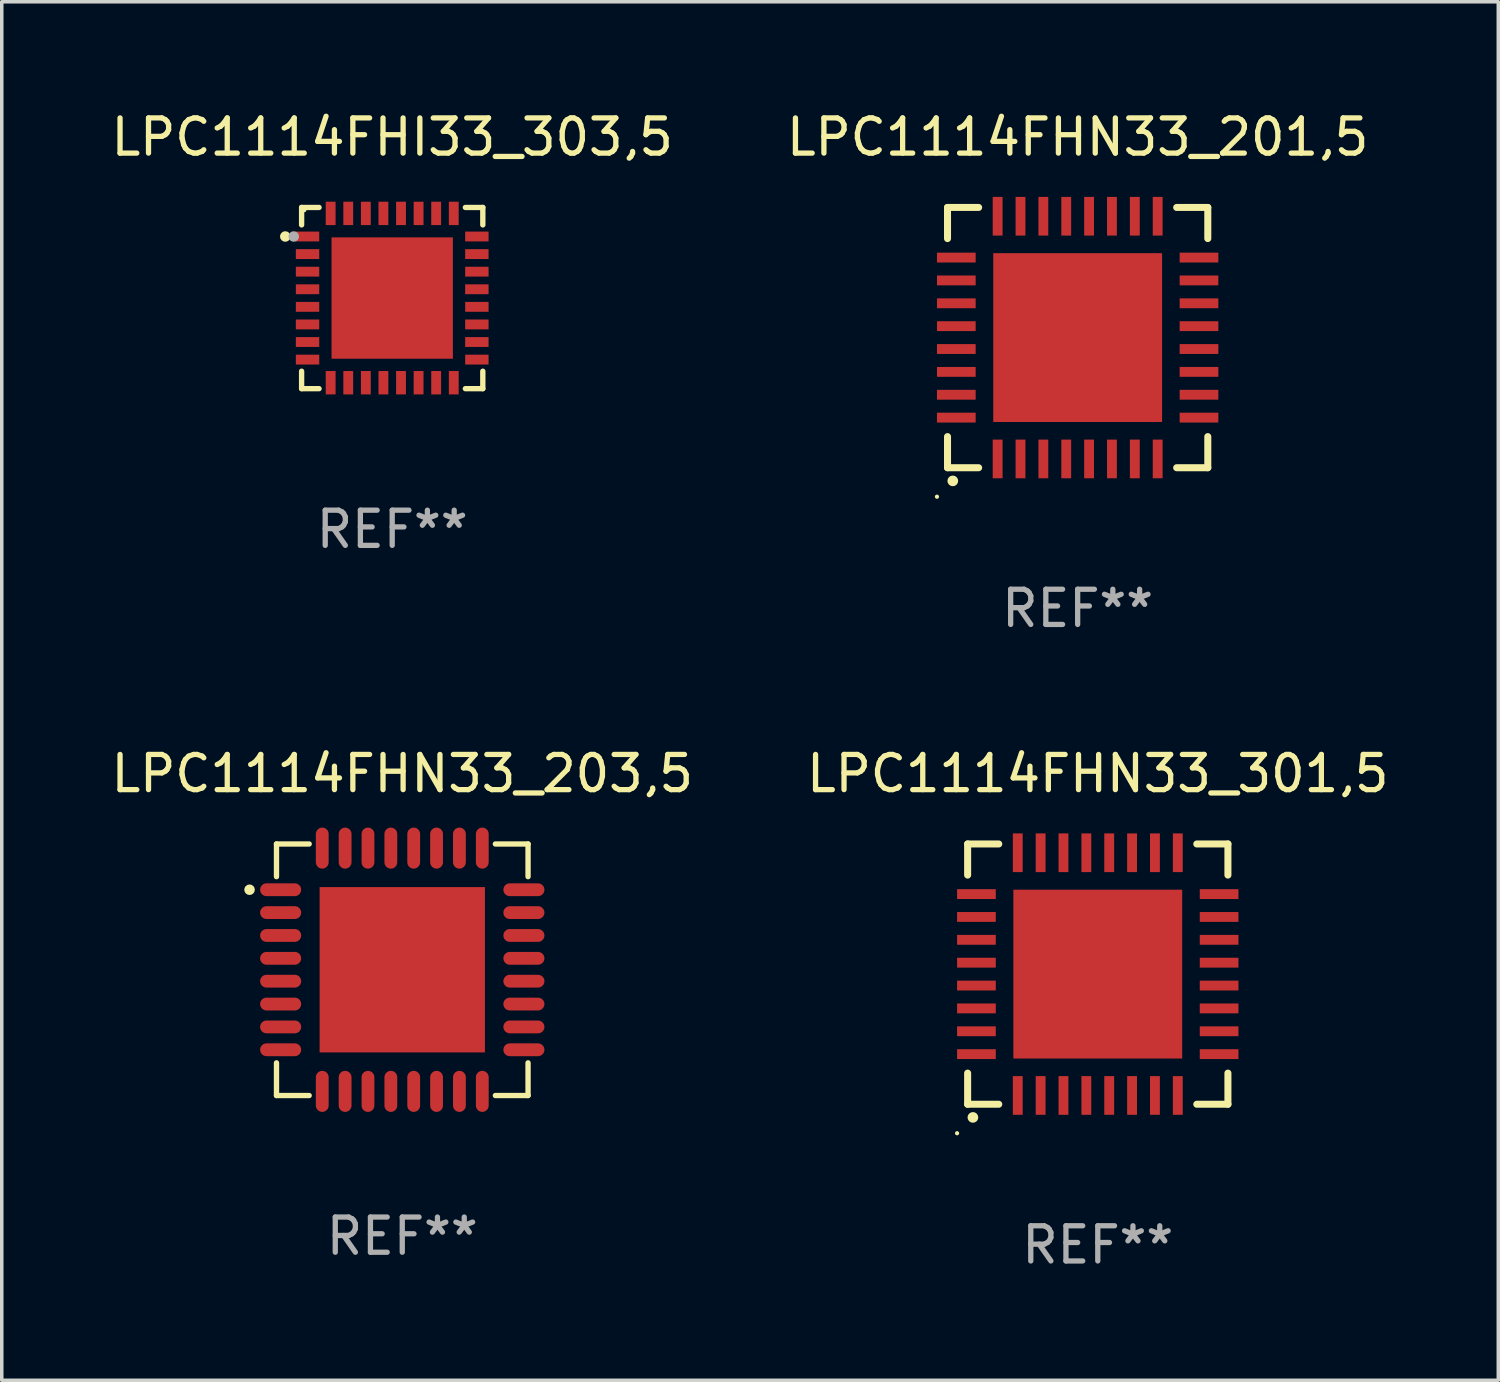
<source format=kicad_pcb>
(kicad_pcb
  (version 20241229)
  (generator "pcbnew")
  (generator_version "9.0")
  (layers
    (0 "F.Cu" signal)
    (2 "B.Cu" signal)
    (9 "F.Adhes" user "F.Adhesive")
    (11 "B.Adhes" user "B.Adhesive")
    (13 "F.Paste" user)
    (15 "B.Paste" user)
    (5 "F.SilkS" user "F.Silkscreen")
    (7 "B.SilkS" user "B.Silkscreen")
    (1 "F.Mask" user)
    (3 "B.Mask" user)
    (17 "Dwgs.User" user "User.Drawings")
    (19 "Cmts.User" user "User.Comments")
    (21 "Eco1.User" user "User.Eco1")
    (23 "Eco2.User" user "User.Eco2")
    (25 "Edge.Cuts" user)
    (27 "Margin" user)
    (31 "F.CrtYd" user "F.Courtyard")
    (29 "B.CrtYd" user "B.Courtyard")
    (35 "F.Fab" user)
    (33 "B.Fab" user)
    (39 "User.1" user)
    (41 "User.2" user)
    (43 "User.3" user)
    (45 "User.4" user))
  (footprint "LPC1114FHN33_201,5"
    (layer "F.Cu")
    (at 27.589 6.548)
    (property "Reference" "LPC1114FHN33_201,5" (at 0 -5.7 0) (layer "F.SilkS") (effects (font (size 1 1) (thickness 0.15))))
    (attr through_hole)
    (fp_line (start -3.7 -3.7) (end -2.815 -3.7) (stroke (width 0.2) (type solid)) (layer "F.SilkS"))
    (fp_line (start -3.7 -2.815) (end -3.7 -3.7) (stroke (width 0.2) (type solid)) (layer "F.SilkS"))
    (fp_line (start -3.7 3.7) (end -3.7 2.815) (stroke (width 0.2) (type solid)) (layer "F.SilkS"))
    (fp_line (start -2.815 3.7) (end -3.7 3.7) (stroke (width 0.2) (type solid)) (layer "F.SilkS"))
    (fp_line (start 2.815 3.7) (end 3.7 3.7) (stroke (width 0.2) (type solid)) (layer "F.SilkS"))
    (fp_line (start 3.7 -3.7) (end 2.815 -3.7) (stroke (width 0.2) (type solid)) (layer "F.SilkS"))
    (fp_line (start 3.7 -2.815) (end 3.7 -3.7) (stroke (width 0.2) (type solid)) (layer "F.SilkS"))
    (fp_line (start 3.7 3.7) (end 3.7 2.815) (stroke (width 0.2) (type solid)) (layer "F.SilkS"))
    (fp_arc (start -3.551308 4.074168) (mid -3.550038 4.074163) (end -3.548768 4.074168) (stroke (width 0.3) (type solid)) (layer "F.SilkS"))
    (fp_circle (center -4 4.524) (end -3.97 4.524) (stroke (width 0.06) (type solid)) (fill no) (layer "F.SilkS"))
    (fp_text user "REF**" (at 0 7.7 0) (layer "F.Fab") (effects (font (size 1 1) (thickness 0.15))))
    (pad "1" smd rect (at -2.275 3.45 180) (size 0.28 1.1) (layers "F.Cu" "F.Mask" "F.Paste"))
    (pad "2" smd rect (at -1.625 3.45 180) (size 0.28 1.1) (layers "F.Cu" "F.Mask" "F.Paste"))
    (pad "3" smd rect (at -0.975 3.45 180) (size 0.28 1.1) (layers "F.Cu" "F.Mask" "F.Paste"))
    (pad "4" smd rect (at -0.325 3.45 180) (size 0.28 1.1) (layers "F.Cu" "F.Mask" "F.Paste"))
    (pad "5" smd rect (at 0.325 3.45 180) (size 0.28 1.1) (layers "F.Cu" "F.Mask" "F.Paste"))
    (pad "6" smd rect (at 0.975 3.45 180) (size 0.28 1.1) (layers "F.Cu" "F.Mask" "F.Paste"))
    (pad "7" smd rect (at 1.625 3.45 180) (size 0.28 1.1) (layers "F.Cu" "F.Mask" "F.Paste"))
    (pad "8" smd rect (at 2.275 3.45 180) (size 0.28 1.1) (layers "F.Cu" "F.Mask" "F.Paste"))
    (pad "9" smd rect (at 3.45 2.275 90) (size 0.28 1.1) (layers "F.Cu" "F.Mask" "F.Paste"))
    (pad "10" smd rect (at 3.45 1.625 90) (size 0.28 1.1) (layers "F.Cu" "F.Mask" "F.Paste"))
    (pad "11" smd rect (at 3.45 0.975 90) (size 0.28 1.1) (layers "F.Cu" "F.Mask" "F.Paste"))
    (pad "12" smd rect (at 3.45 0.325 90) (size 0.28 1.1) (layers "F.Cu" "F.Mask" "F.Paste"))
    (pad "13" smd rect (at 3.45 -0.325 90) (size 0.28 1.1) (layers "F.Cu" "F.Mask" "F.Paste"))
    (pad "14" smd rect (at 3.45 -0.975 90) (size 0.28 1.1) (layers "F.Cu" "F.Mask" "F.Paste"))
    (pad "15" smd rect (at 3.45 -1.625 90) (size 0.28 1.1) (layers "F.Cu" "F.Mask" "F.Paste"))
    (pad "16" smd rect (at 3.45 -2.275 90) (size 0.28 1.1) (layers "F.Cu" "F.Mask" "F.Paste"))
    (pad "17" smd rect (at 2.275 -3.45 180) (size 0.28 1.1) (layers "F.Cu" "F.Mask" "F.Paste"))
    (pad "18" smd rect (at 1.625 -3.45 180) (size 0.28 1.1) (layers "F.Cu" "F.Mask" "F.Paste"))
    (pad "19" smd rect (at 0.975 -3.45 180) (size 0.28 1.1) (layers "F.Cu" "F.Mask" "F.Paste"))
    (pad "20" smd rect (at 0.325 -3.45 180) (size 0.28 1.1) (layers "F.Cu" "F.Mask" "F.Paste"))
    (pad "21" smd rect (at -0.325 -3.45 180) (size 0.28 1.1) (layers "F.Cu" "F.Mask" "F.Paste"))
    (pad "22" smd rect (at -0.975 -3.45 180) (size 0.28 1.1) (layers "F.Cu" "F.Mask" "F.Paste"))
    (pad "23" smd rect (at -1.625 -3.45 180) (size 0.28 1.1) (layers "F.Cu" "F.Mask" "F.Paste"))
    (pad "24" smd rect (at -2.275 -3.45 180) (size 0.28 1.1) (layers "F.Cu" "F.Mask" "F.Paste"))
    (pad "25" smd rect (at -3.45 -2.275 90) (size 0.28 1.1) (layers "F.Cu" "F.Mask" "F.Paste"))
    (pad "26" smd rect (at -3.45 -1.625 90) (size 0.28 1.1) (layers "F.Cu" "F.Mask" "F.Paste"))
    (pad "27" smd rect (at -3.45 -0.975 90) (size 0.28 1.1) (layers "F.Cu" "F.Mask" "F.Paste"))
    (pad "28" smd rect (at -3.45 -0.325 90) (size 0.28 1.1) (layers "F.Cu" "F.Mask" "F.Paste"))
    (pad "29" smd rect (at -3.45 0.325 90) (size 0.28 1.1) (layers "F.Cu" "F.Mask" "F.Paste"))
    (pad "30" smd rect (at -3.45 0.975 90) (size 0.28 1.1) (layers "F.Cu" "F.Mask" "F.Paste"))
    (pad "31" smd rect (at -3.45 1.625 90) (size 0.28 1.1) (layers "F.Cu" "F.Mask" "F.Paste"))
    (pad "32" smd rect (at -3.45 2.275 90) (size 0.28 1.1) (layers "F.Cu" "F.Mask" "F.Paste"))
    (pad "33" smd rect (at 0 0 90) (size 4.8 4.8) (layers "F.Cu" "F.Mask" "F.Paste")))
  (footprint "LPC1114FHI33_303,5"
    (layer "F.Cu")
    (at 8.101 5.424)
    (property "Reference" "LPC1114FHI33_303,5" (at 0 -4.576 0) (layer "F.SilkS") (effects (font (size 1 1) (thickness 0.15))))
    (attr through_hole)
    (fp_line (start -2.576 -2.576) (end -2.576 -2.08) (stroke (width 0.152) (type solid)) (layer "F.SilkS"))
    (fp_line (start -2.576 2.576) (end -2.576 2.08) (stroke (width 0.152) (type solid)) (layer "F.SilkS"))
    (fp_line (start -2.08 -2.576) (end -2.576 -2.576) (stroke (width 0.152) (type solid)) (layer "F.SilkS"))
    (fp_line (start -2.08 2.576) (end -2.576 2.576) (stroke (width 0.152) (type solid)) (layer "F.SilkS"))
    (fp_line (start 2.08 -2.576) (end 2.576 -2.576) (stroke (width 0.152) (type solid)) (layer "F.SilkS"))
    (fp_line (start 2.08 2.576) (end 2.576 2.576) (stroke (width 0.152) (type solid)) (layer "F.SilkS"))
    (fp_line (start 2.576 -2.576) (end 2.576 -2.08) (stroke (width 0.152) (type solid)) (layer "F.SilkS"))
    (fp_line (start 2.576 2.576) (end 2.576 2.08) (stroke (width 0.152) (type solid)) (layer "F.SilkS"))
    (fp_circle (center -3.04 -1.75) (end -2.965 -1.75) (stroke (width 0.15) (type solid)) (fill no) (layer "F.SilkS"))
    (fp_circle (center -2.5 -2.5) (end -2.47 -2.5) (stroke (width 0.06) (type solid)) (fill no) (layer "F.SilkS"))
    (fp_circle (center -2.8 -1.75) (end -2.725 -1.75) (stroke (width 0.15) (type solid)) (fill no) (layer "F.Fab"))
    (fp_text user "REF**" (at 0 6.576 0) (layer "F.Fab") (effects (font (size 1 1) (thickness 0.15))))
    (pad "1" smd rect (at -2.407 -1.75) (size 0.665 0.28) (layers "F.Cu" "F.Mask" "F.Paste"))
    (pad "2" smd rect (at -2.407 -1.25) (size 0.665 0.28) (layers "F.Cu" "F.Mask" "F.Paste"))
    (pad "3" smd rect (at -2.407 -0.75) (size 0.665 0.28) (layers "F.Cu" "F.Mask" "F.Paste"))
    (pad "4" smd rect (at -2.407 -0.25) (size 0.665 0.28) (layers "F.Cu" "F.Mask" "F.Paste"))
    (pad "5" smd rect (at -2.407 0.25) (size 0.665 0.28) (layers "F.Cu" "F.Mask" "F.Paste"))
    (pad "6" smd rect (at -2.407 0.75) (size 0.665 0.28) (layers "F.Cu" "F.Mask" "F.Paste"))
    (pad "7" smd rect (at -2.407 1.25) (size 0.665 0.28) (layers "F.Cu" "F.Mask" "F.Paste"))
    (pad "8" smd rect (at -2.407 1.75) (size 0.665 0.28) (layers "F.Cu" "F.Mask" "F.Paste"))
    (pad "9" smd rect (at -1.75 2.407) (size 0.28 0.665) (layers "F.Cu" "F.Mask" "F.Paste"))
    (pad "10" smd rect (at -1.25 2.407) (size 0.28 0.665) (layers "F.Cu" "F.Mask" "F.Paste"))
    (pad "11" smd rect (at -0.75 2.407) (size 0.28 0.665) (layers "F.Cu" "F.Mask" "F.Paste"))
    (pad "12" smd rect (at -0.25 2.407) (size 0.28 0.665) (layers "F.Cu" "F.Mask" "F.Paste"))
    (pad "13" smd rect (at 0.25 2.407) (size 0.28 0.665) (layers "F.Cu" "F.Mask" "F.Paste"))
    (pad "14" smd rect (at 0.75 2.407) (size 0.28 0.665) (layers "F.Cu" "F.Mask" "F.Paste"))
    (pad "15" smd rect (at 1.25 2.407) (size 0.28 0.665) (layers "F.Cu" "F.Mask" "F.Paste"))
    (pad "16" smd rect (at 1.75 2.407) (size 0.28 0.665) (layers "F.Cu" "F.Mask" "F.Paste"))
    (pad "17" smd rect (at 2.407 1.75) (size 0.665 0.28) (layers "F.Cu" "F.Mask" "F.Paste"))
    (pad "18" smd rect (at 2.407 1.25) (size 0.665 0.28) (layers "F.Cu" "F.Mask" "F.Paste"))
    (pad "19" smd rect (at 2.407 0.75) (size 0.665 0.28) (layers "F.Cu" "F.Mask" "F.Paste"))
    (pad "20" smd rect (at 2.407 0.25) (size 0.665 0.28) (layers "F.Cu" "F.Mask" "F.Paste"))
    (pad "21" smd rect (at 2.407 -0.25) (size 0.665 0.28) (layers "F.Cu" "F.Mask" "F.Paste"))
    (pad "22" smd rect (at 2.407 -0.75) (size 0.665 0.28) (layers "F.Cu" "F.Mask" "F.Paste"))
    (pad "23" smd rect (at 2.407 -1.25) (size 0.665 0.28) (layers "F.Cu" "F.Mask" "F.Paste"))
    (pad "24" smd rect (at 2.407 -1.75) (size 0.665 0.28) (layers "F.Cu" "F.Mask" "F.Paste"))
    (pad "25" smd rect (at 1.75 -2.407) (size 0.28 0.665) (layers "F.Cu" "F.Mask" "F.Paste"))
    (pad "26" smd rect (at 1.25 -2.407) (size 0.28 0.665) (layers "F.Cu" "F.Mask" "F.Paste"))
    (pad "27" smd rect (at 0.75 -2.407) (size 0.28 0.665) (layers "F.Cu" "F.Mask" "F.Paste"))
    (pad "28" smd rect (at 0.25 -2.407) (size 0.28 0.665) (layers "F.Cu" "F.Mask" "F.Paste"))
    (pad "29" smd rect (at -0.25 -2.407) (size 0.28 0.665) (layers "F.Cu" "F.Mask" "F.Paste"))
    (pad "30" smd rect (at -0.75 -2.407) (size 0.28 0.665) (layers "F.Cu" "F.Mask" "F.Paste"))
    (pad "31" smd rect (at -1.25 -2.407) (size 0.28 0.665) (layers "F.Cu" "F.Mask" "F.Paste"))
    (pad "32" smd rect (at -1.75 -2.407) (size 0.28 0.665) (layers "F.Cu" "F.Mask" "F.Paste"))
    (pad "33" smd rect (at 0 0) (size 3.45 3.45) (layers "F.Cu" "F.Mask" "F.Paste")))
  (footprint "LPC1114FHN33_203,5"
    (layer "F.Cu")
    (at 8.387 24.521)
    (property "Reference" "LPC1114FHN33_203,5" (at 0 -5.576 0) (layer "F.SilkS") (effects (font (size 1 1) (thickness 0.15))))
    (attr through_hole)
    (fp_line (start -3.576 -3.576) (end -3.576 -2.647) (stroke (width 0.152) (type solid)) (layer "F.SilkS"))
    (fp_line (start -3.576 3.576) (end -3.576 2.647) (stroke (width 0.152) (type solid)) (layer "F.SilkS"))
    (fp_line (start -2.647 -3.576) (end -3.576 -3.576) (stroke (width 0.152) (type solid)) (layer "F.SilkS"))
    (fp_line (start -2.647 3.576) (end -3.576 3.576) (stroke (width 0.152) (type solid)) (layer "F.SilkS"))
    (fp_line (start 2.647 -3.576) (end 3.576 -3.576) (stroke (width 0.152) (type solid)) (layer "F.SilkS"))
    (fp_line (start 2.647 3.576) (end 3.576 3.576) (stroke (width 0.152) (type solid)) (layer "F.SilkS"))
    (fp_line (start 3.576 -3.576) (end 3.576 -2.647) (stroke (width 0.152) (type solid)) (layer "F.SilkS"))
    (fp_line (start 3.576 3.576) (end 3.576 2.647) (stroke (width 0.152) (type solid)) (layer "F.SilkS"))
    (fp_circle (center -4.342 -2.275) (end -4.267 -2.275) (stroke (width 0.15) (type solid)) (fill no) (layer "F.SilkS"))
    (fp_text user "REF**" (at 0 7.576 0) (layer "F.Fab") (effects (font (size 1 1) (thickness 0.15))))
    (pad "1" smd oval (at -3.458 -2.275 270) (size 0.364 1.167) (layers "F.Cu" "F.Mask" "F.Paste"))
    (pad "2" smd oval (at -3.458 -1.625 270) (size 0.364 1.167) (layers "F.Cu" "F.Mask" "F.Paste"))
    (pad "3" smd oval (at -3.458 -0.975 270) (size 0.364 1.167) (layers "F.Cu" "F.Mask" "F.Paste"))
    (pad "4" smd oval (at -3.458 -0.325 270) (size 0.364 1.167) (layers "F.Cu" "F.Mask" "F.Paste"))
    (pad "5" smd oval (at -3.458 0.325 270) (size 0.364 1.167) (layers "F.Cu" "F.Mask" "F.Paste"))
    (pad "6" smd oval (at -3.458 0.975 270) (size 0.364 1.167) (layers "F.Cu" "F.Mask" "F.Paste"))
    (pad "7" smd oval (at -3.458 1.625 270) (size 0.364 1.167) (layers "F.Cu" "F.Mask" "F.Paste"))
    (pad "8" smd oval (at -3.458 2.275 270) (size 0.364 1.167) (layers "F.Cu" "F.Mask" "F.Paste"))
    (pad "9" smd oval (at -2.275 3.458 270) (size 1.167 0.364) (layers "F.Cu" "F.Mask" "F.Paste"))
    (pad "10" smd oval (at -1.625 3.458 270) (size 1.167 0.364) (layers "F.Cu" "F.Mask" "F.Paste"))
    (pad "11" smd oval (at -0.975 3.458 270) (size 1.167 0.364) (layers "F.Cu" "F.Mask" "F.Paste"))
    (pad "12" smd oval (at -0.325 3.458 270) (size 1.167 0.364) (layers "F.Cu" "F.Mask" "F.Paste"))
    (pad "13" smd oval (at 0.325 3.458 270) (size 1.167 0.364) (layers "F.Cu" "F.Mask" "F.Paste"))
    (pad "14" smd oval (at 0.975 3.458 270) (size 1.167 0.364) (layers "F.Cu" "F.Mask" "F.Paste"))
    (pad "15" smd oval (at 1.625 3.458 270) (size 1.167 0.364) (layers "F.Cu" "F.Mask" "F.Paste"))
    (pad "16" smd oval (at 2.275 3.458 270) (size 1.167 0.364) (layers "F.Cu" "F.Mask" "F.Paste"))
    (pad "17" smd oval (at 3.458 2.275 270) (size 0.364 1.167) (layers "F.Cu" "F.Mask" "F.Paste"))
    (pad "18" smd oval (at 3.458 1.625 270) (size 0.364 1.167) (layers "F.Cu" "F.Mask" "F.Paste"))
    (pad "19" smd oval (at 3.458 0.975 270) (size 0.364 1.167) (layers "F.Cu" "F.Mask" "F.Paste"))
    (pad "20" smd oval (at 3.458 0.325 270) (size 0.364 1.167) (layers "F.Cu" "F.Mask" "F.Paste"))
    (pad "21" smd oval (at 3.458 -0.325 270) (size 0.364 1.167) (layers "F.Cu" "F.Mask" "F.Paste"))
    (pad "22" smd oval (at 3.458 -0.975 270) (size 0.364 1.167) (layers "F.Cu" "F.Mask" "F.Paste"))
    (pad "23" smd oval (at 3.458 -1.625 270) (size 0.364 1.167) (layers "F.Cu" "F.Mask" "F.Paste"))
    (pad "24" smd oval (at 3.458 -2.275 270) (size 0.364 1.167) (layers "F.Cu" "F.Mask" "F.Paste"))
    (pad "25" smd oval (at 2.275 -3.458 270) (size 1.167 0.364) (layers "F.Cu" "F.Mask" "F.Paste"))
    (pad "26" smd oval (at 1.625 -3.458 270) (size 1.167 0.364) (layers "F.Cu" "F.Mask" "F.Paste"))
    (pad "27" smd oval (at 0.975 -3.458 270) (size 1.167 0.364) (layers "F.Cu" "F.Mask" "F.Paste"))
    (pad "28" smd oval (at 0.325 -3.458 270) (size 1.167 0.364) (layers "F.Cu" "F.Mask" "F.Paste"))
    (pad "29" smd oval (at -0.325 -3.458 270) (size 1.167 0.364) (layers "F.Cu" "F.Mask" "F.Paste"))
    (pad "30" smd oval (at -0.975 -3.458 270) (size 1.167 0.364) (layers "F.Cu" "F.Mask" "F.Paste"))
    (pad "31" smd oval (at -1.625 -3.458 270) (size 1.167 0.364) (layers "F.Cu" "F.Mask" "F.Paste"))
    (pad "32" smd oval (at -2.275 -3.458 270) (size 1.167 0.364) (layers "F.Cu" "F.Mask" "F.Paste"))
    (pad "33" smd rect (at 0 0 270) (size 4.7 4.7) (layers "F.Cu" "F.Mask" "F.Paste")))
  (footprint "LPC1114FHN33_301,5"
    (layer "F.Cu")
    (at 28.161 24.645)
    (property "Reference" "LPC1114FHN33_301,5" (at 0 -5.7 0) (layer "F.SilkS") (effects (font (size 1 1) (thickness 0.15))))
    (attr through_hole)
    (fp_line (start -3.7 -3.7) (end -2.815 -3.7) (stroke (width 0.2) (type solid)) (layer "F.SilkS"))
    (fp_line (start -3.7 -2.815) (end -3.7 -3.7) (stroke (width 0.2) (type solid)) (layer "F.SilkS"))
    (fp_line (start -3.7 3.7) (end -3.7 2.815) (stroke (width 0.2) (type solid)) (layer "F.SilkS"))
    (fp_line (start -2.815 3.7) (end -3.7 3.7) (stroke (width 0.2) (type solid)) (layer "F.SilkS"))
    (fp_line (start 2.815 3.7) (end 3.7 3.7) (stroke (width 0.2) (type solid)) (layer "F.SilkS"))
    (fp_line (start 3.7 -3.7) (end 2.815 -3.7) (stroke (width 0.2) (type solid)) (layer "F.SilkS"))
    (fp_line (start 3.7 -2.815) (end 3.7 -3.7) (stroke (width 0.2) (type solid)) (layer "F.SilkS"))
    (fp_line (start 3.7 3.7) (end 3.7 2.815) (stroke (width 0.2) (type solid)) (layer "F.SilkS"))
    (fp_arc (start -3.551308 4.074168) (mid -3.550038 4.074163) (end -3.548768 4.074168) (stroke (width 0.3) (type solid)) (layer "F.SilkS"))
    (fp_circle (center -4 4.524) (end -3.97 4.524) (stroke (width 0.06) (type solid)) (fill no) (layer "F.SilkS"))
    (fp_text user "REF**" (at 0 7.7 0) (layer "F.Fab") (effects (font (size 1 1) (thickness 0.15))))
    (pad "1" smd rect (at -2.275 3.45 180) (size 0.28 1.1) (layers "F.Cu" "F.Mask" "F.Paste"))
    (pad "2" smd rect (at -1.625 3.45 180) (size 0.28 1.1) (layers "F.Cu" "F.Mask" "F.Paste"))
    (pad "3" smd rect (at -0.975 3.45 180) (size 0.28 1.1) (layers "F.Cu" "F.Mask" "F.Paste"))
    (pad "4" smd rect (at -0.325 3.45 180) (size 0.28 1.1) (layers "F.Cu" "F.Mask" "F.Paste"))
    (pad "5" smd rect (at 0.325 3.45 180) (size 0.28 1.1) (layers "F.Cu" "F.Mask" "F.Paste"))
    (pad "6" smd rect (at 0.975 3.45 180) (size 0.28 1.1) (layers "F.Cu" "F.Mask" "F.Paste"))
    (pad "7" smd rect (at 1.625 3.45 180) (size 0.28 1.1) (layers "F.Cu" "F.Mask" "F.Paste"))
    (pad "8" smd rect (at 2.275 3.45 180) (size 0.28 1.1) (layers "F.Cu" "F.Mask" "F.Paste"))
    (pad "9" smd rect (at 3.45 2.275 90) (size 0.28 1.1) (layers "F.Cu" "F.Mask" "F.Paste"))
    (pad "10" smd rect (at 3.45 1.625 90) (size 0.28 1.1) (layers "F.Cu" "F.Mask" "F.Paste"))
    (pad "11" smd rect (at 3.45 0.975 90) (size 0.28 1.1) (layers "F.Cu" "F.Mask" "F.Paste"))
    (pad "12" smd rect (at 3.45 0.325 90) (size 0.28 1.1) (layers "F.Cu" "F.Mask" "F.Paste"))
    (pad "13" smd rect (at 3.45 -0.325 90) (size 0.28 1.1) (layers "F.Cu" "F.Mask" "F.Paste"))
    (pad "14" smd rect (at 3.45 -0.975 90) (size 0.28 1.1) (layers "F.Cu" "F.Mask" "F.Paste"))
    (pad "15" smd rect (at 3.45 -1.625 90) (size 0.28 1.1) (layers "F.Cu" "F.Mask" "F.Paste"))
    (pad "16" smd rect (at 3.45 -2.275 90) (size 0.28 1.1) (layers "F.Cu" "F.Mask" "F.Paste"))
    (pad "17" smd rect (at 2.275 -3.45 180) (size 0.28 1.1) (layers "F.Cu" "F.Mask" "F.Paste"))
    (pad "18" smd rect (at 1.625 -3.45 180) (size 0.28 1.1) (layers "F.Cu" "F.Mask" "F.Paste"))
    (pad "19" smd rect (at 0.975 -3.45 180) (size 0.28 1.1) (layers "F.Cu" "F.Mask" "F.Paste"))
    (pad "20" smd rect (at 0.325 -3.45 180) (size 0.28 1.1) (layers "F.Cu" "F.Mask" "F.Paste"))
    (pad "21" smd rect (at -0.325 -3.45 180) (size 0.28 1.1) (layers "F.Cu" "F.Mask" "F.Paste"))
    (pad "22" smd rect (at -0.975 -3.45 180) (size 0.28 1.1) (layers "F.Cu" "F.Mask" "F.Paste"))
    (pad "23" smd rect (at -1.625 -3.45 180) (size 0.28 1.1) (layers "F.Cu" "F.Mask" "F.Paste"))
    (pad "24" smd rect (at -2.275 -3.45 180) (size 0.28 1.1) (layers "F.Cu" "F.Mask" "F.Paste"))
    (pad "25" smd rect (at -3.45 -2.275 90) (size 0.28 1.1) (layers "F.Cu" "F.Mask" "F.Paste"))
    (pad "26" smd rect (at -3.45 -1.625 90) (size 0.28 1.1) (layers "F.Cu" "F.Mask" "F.Paste"))
    (pad "27" smd rect (at -3.45 -0.975 90) (size 0.28 1.1) (layers "F.Cu" "F.Mask" "F.Paste"))
    (pad "28" smd rect (at -3.45 -0.325 90) (size 0.28 1.1) (layers "F.Cu" "F.Mask" "F.Paste"))
    (pad "29" smd rect (at -3.45 0.325 90) (size 0.28 1.1) (layers "F.Cu" "F.Mask" "F.Paste"))
    (pad "30" smd rect (at -3.45 0.975 90) (size 0.28 1.1) (layers "F.Cu" "F.Mask" "F.Paste"))
    (pad "31" smd rect (at -3.45 1.625 90) (size 0.28 1.1) (layers "F.Cu" "F.Mask" "F.Paste"))
    (pad "32" smd rect (at -3.45 2.275 90) (size 0.28 1.1) (layers "F.Cu" "F.Mask" "F.Paste"))
    (pad "33" smd rect (at 0 0 90) (size 4.8 4.8) (layers "F.Cu" "F.Mask" "F.Paste")))
  (gr_rect
    (start -3 -3)
    (end 39.548 36.193)
    (stroke (width 0.1) (type default))
    (fill no)
    (layer "Edge.Cuts")))
</source>
